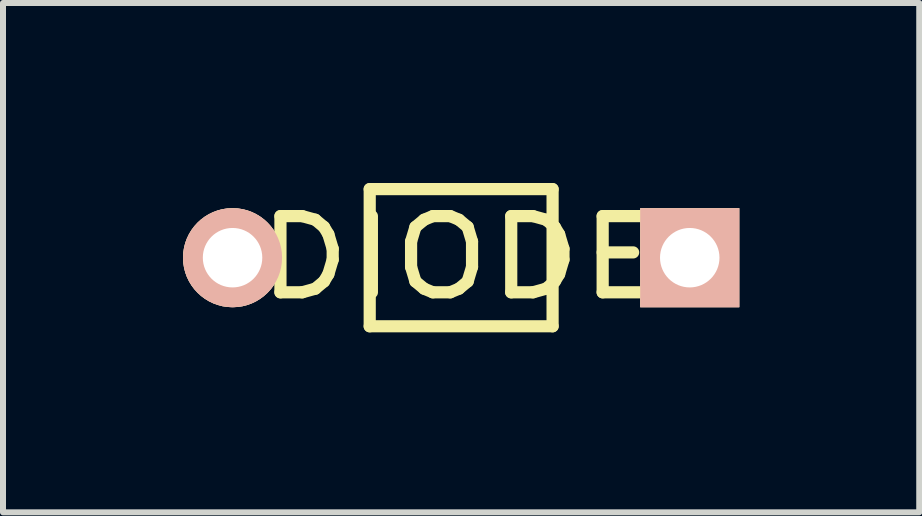
<source format=kicad_pcb>
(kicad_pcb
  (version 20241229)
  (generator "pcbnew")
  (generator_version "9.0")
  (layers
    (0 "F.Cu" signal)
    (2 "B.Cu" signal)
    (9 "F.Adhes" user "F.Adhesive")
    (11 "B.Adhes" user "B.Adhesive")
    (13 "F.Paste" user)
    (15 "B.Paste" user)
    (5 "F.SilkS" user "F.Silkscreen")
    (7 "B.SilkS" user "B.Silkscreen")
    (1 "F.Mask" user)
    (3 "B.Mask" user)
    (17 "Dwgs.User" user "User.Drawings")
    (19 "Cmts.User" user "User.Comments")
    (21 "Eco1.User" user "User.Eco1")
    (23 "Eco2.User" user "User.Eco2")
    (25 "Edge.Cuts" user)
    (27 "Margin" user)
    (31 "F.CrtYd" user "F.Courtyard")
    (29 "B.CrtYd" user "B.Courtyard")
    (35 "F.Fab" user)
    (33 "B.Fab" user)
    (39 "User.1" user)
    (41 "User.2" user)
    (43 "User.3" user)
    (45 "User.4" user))
  (footprint "DIODE"
    (layer "F.Cu")
    (at 4.636 1.245)
    (property "Reference" "DIODE" (at 0 0 0) (layer "F.SilkS") (effects (font (size 1.27 1.524) (thickness 0.203))))
    (attr through_hole)
    (fp_line (start -1.524 -1.143) (end 1.524 -1.143) (stroke (width 0.203) (type solid)) (layer "F.SilkS"))
    (fp_line (start -1.524 1.143) (end -1.524 -1.143) (stroke (width 0.203) (type solid)) (layer "F.SilkS"))
    (fp_line (start 1.524 -1.143) (end 1.524 1.143) (stroke (width 0.203) (type solid)) (layer "F.SilkS"))
    (fp_line (start 1.524 1.143) (end -1.524 1.143) (stroke (width 0.203) (type solid)) (layer "F.SilkS"))
    (pad "1" thru_hole circle (at -3.81 0) (size 1.651 1.651) (drill 0.991) (layers "*.Cu" "*.SilkS" "*.Mask"))
    (pad "2" thru_hole rect (at 3.81 0) (size 1.651 1.651) (drill 0.991) (layers "*.Cu" "*.SilkS" "*.Mask")))
  (gr_rect
    (start -3 -3)
    (end 12.271 5.489)
    (stroke (width 0.1) (type default))
    (fill no)
    (layer "Edge.Cuts")))
</source>
